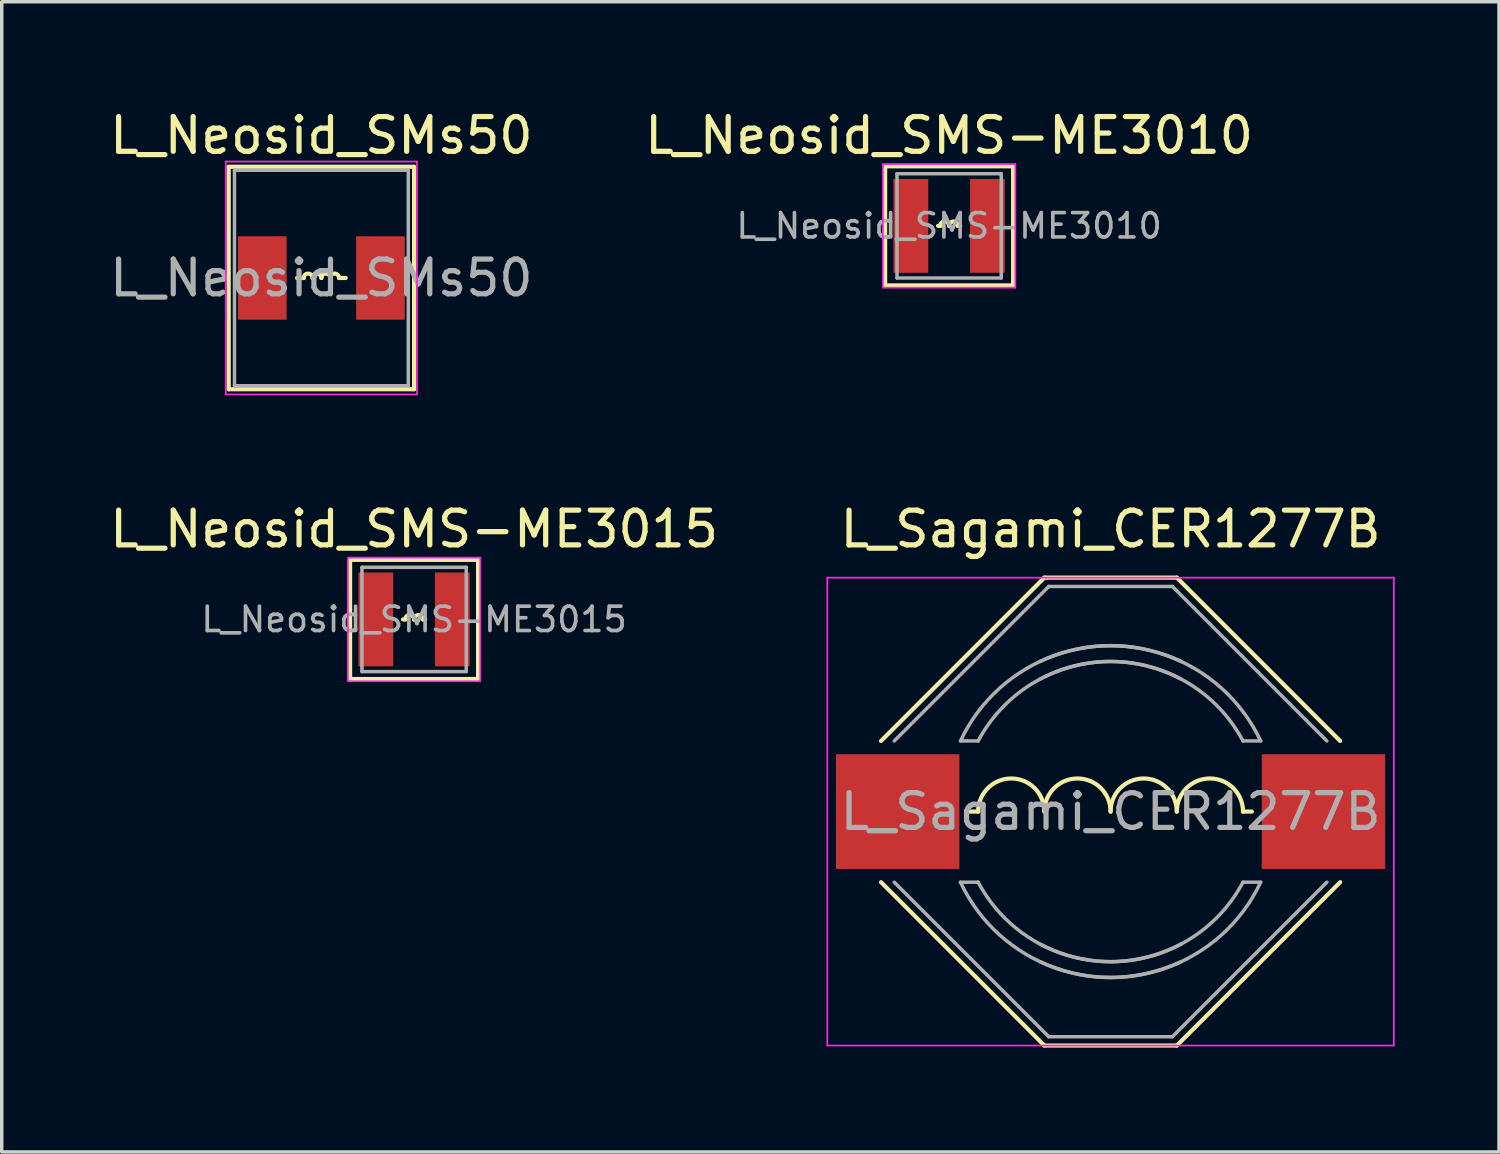
<source format=kicad_pcb>
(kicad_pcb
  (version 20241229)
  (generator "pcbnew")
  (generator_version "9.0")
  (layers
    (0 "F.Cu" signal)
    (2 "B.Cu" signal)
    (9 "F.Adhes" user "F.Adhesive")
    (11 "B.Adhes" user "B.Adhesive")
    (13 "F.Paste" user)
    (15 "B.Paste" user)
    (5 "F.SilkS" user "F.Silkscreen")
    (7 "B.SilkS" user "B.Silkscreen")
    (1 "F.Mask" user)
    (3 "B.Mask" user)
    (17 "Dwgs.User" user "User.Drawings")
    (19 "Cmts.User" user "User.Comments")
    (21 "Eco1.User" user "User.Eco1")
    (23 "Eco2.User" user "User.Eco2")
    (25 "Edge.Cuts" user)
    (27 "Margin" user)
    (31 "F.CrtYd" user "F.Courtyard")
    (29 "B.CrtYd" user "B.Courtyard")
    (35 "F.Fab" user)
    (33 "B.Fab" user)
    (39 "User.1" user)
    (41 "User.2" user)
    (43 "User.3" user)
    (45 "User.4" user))
  (footprint "L_Neosid_SMS-ME3015"
    (layer "F.Cu")
    (at 8.863 14.771)
    (property "Reference" "L_Neosid_SMS-ME3015" (at 0 -2.6 0) (layer "F.SilkS") (effects (font (size 1 1) (thickness 0.15))))
    (attr smd)
    (fp_line (start -1.841 -1.714) (end -1.841 1.714) (stroke (width 0.12) (type solid)) (layer "F.SilkS"))
    (fp_line (start -1.841 1.714) (end 1.841 1.714) (stroke (width 0.12) (type solid)) (layer "F.SilkS"))
    (fp_line (start -0.318 0) (end -0.254 0) (stroke (width 0.12) (type solid)) (layer "F.SilkS"))
    (fp_line (start 0.254 0) (end 0.318 0) (stroke (width 0.12) (type solid)) (layer "F.SilkS"))
    (fp_line (start 1.841 -1.714) (end -1.841 -1.714) (stroke (width 0.12) (type solid)) (layer "F.SilkS"))
    (fp_line (start 1.841 1.714) (end 1.841 -1.714) (stroke (width 0.12) (type solid)) (layer "F.SilkS"))
    (fp_arc (start -0.254 0) (mid -0.127 -0.127) (end 0 0) (stroke (width 0.12) (type solid)) (layer "F.SilkS"))
    (fp_arc (start 0 0) (mid 0.127 -0.127) (end 0.254 0) (stroke (width 0.12) (type solid)) (layer "F.SilkS"))
    (fp_line (start -1.905 -1.778) (end 1.905 -1.778) (stroke (width 0.05) (type solid)) (layer "F.CrtYd"))
    (fp_line (start -1.905 -1.722) (end -1.905 1.778) (stroke (width 0.05) (type solid)) (layer "F.CrtYd"))
    (fp_line (start 1.905 1.778) (end -1.905 1.778) (stroke (width 0.05) (type solid)) (layer "F.CrtYd"))
    (fp_line (start 1.905 1.778) (end 1.905 -1.778) (stroke (width 0.05) (type solid)) (layer "F.CrtYd"))
    (fp_line (start -1.5 -1.5) (end -1.5 1.5) (stroke (width 0.1) (type solid)) (layer "F.Fab"))
    (fp_line (start -1.5 1.5) (end 1.5 1.5) (stroke (width 0.1) (type solid)) (layer "F.Fab"))
    (fp_line (start 1.5 -1.5) (end -1.5 -1.5) (stroke (width 0.1) (type solid)) (layer "F.Fab"))
    (fp_line (start 1.5 1.5) (end 1.5 -1.5) (stroke (width 0.1) (type solid)) (layer "F.Fab"))
    (fp_text user "${REFERENCE}" (at 0 0 0) (layer "F.Fab") (effects (font (size 0.7 0.7) (thickness 0.105))))
    (pad "1" smd rect (at -1.1 0) (size 1 2.7) (layers "F.Cu" "F.Mask" "F.Paste"))
    (pad "2" smd rect (at 1.1 0) (size 1 2.7) (layers "F.Cu" "F.Mask" "F.Paste")))
  (footprint "L_Sagami_CER1277B"
    (layer "F.Cu")
    (at 28.901 20.299)
    (property "Reference" "L_Sagami_CER1277B" (at 0 -8.128 0) (layer "F.SilkS") (effects (font (size 1 1) (thickness 0.15))))
    (attr smd)
    (fp_line (start -6.604 -2.032) (end -1.905 -6.731) (stroke (width 0.12) (type solid)) (layer "F.SilkS"))
    (fp_line (start -6.604 2.032) (end -1.905 6.731) (stroke (width 0.12) (type solid)) (layer "F.SilkS"))
    (fp_line (start -3.81 0) (end -4.064 0) (stroke (width 0.12) (type solid)) (layer "F.SilkS"))
    (fp_line (start -1.905 -6.731) (end 1.905 -6.731) (stroke (width 0.12) (type solid)) (layer "F.SilkS"))
    (fp_line (start -1.905 6.731) (end 1.905 6.731) (stroke (width 0.12) (type solid)) (layer "F.SilkS"))
    (fp_line (start 1.905 -6.731) (end 6.604 -2.032) (stroke (width 0.12) (type solid)) (layer "F.SilkS"))
    (fp_line (start 1.905 6.731) (end 6.604 2.032) (stroke (width 0.12) (type solid)) (layer "F.SilkS"))
    (fp_line (start 4.064 0) (end 3.81 0) (stroke (width 0.12) (type solid)) (layer "F.SilkS"))
    (fp_arc (start -3.81 0) (mid -2.8575 -0.9525) (end -1.905 0) (stroke (width 0.12) (type solid)) (layer "F.SilkS"))
    (fp_arc (start -1.905 0) (mid -0.9525 -0.9525) (end 0 0) (stroke (width 0.12) (type solid)) (layer "F.SilkS"))
    (fp_arc (start 0 0) (mid 0.9525 -0.9525) (end 1.905 0) (stroke (width 0.12) (type solid)) (layer "F.SilkS"))
    (fp_arc (start 1.905 0) (mid 2.8575 -0.9525) (end 3.81 0) (stroke (width 0.12) (type solid)) (layer "F.SilkS"))
    (fp_line (start -8.15 -6.73) (end -8.15 6.73) (stroke (width 0.05) (type solid)) (layer "F.CrtYd"))
    (fp_line (start -8.15 -6.73) (end 8.15 -6.73) (stroke (width 0.05) (type solid)) (layer "F.CrtYd"))
    (fp_line (start -8.15 6.73) (end 8.15 6.73) (stroke (width 0.05) (type solid)) (layer "F.CrtYd"))
    (fp_line (start 8.15 -6.73) (end 8.15 6.73) (stroke (width 0.05) (type solid)) (layer "F.CrtYd"))
    (fp_line (start -6.223 -2.032) (end -1.778 -6.477) (stroke (width 0.1) (type solid)) (layer "F.Fab"))
    (fp_line (start -6.223 2.032) (end -1.778 6.477) (stroke (width 0.1) (type solid)) (layer "F.Fab"))
    (fp_line (start -3.81 -2.032) (end -4.318 -2.032) (stroke (width 0.1) (type solid)) (layer "F.Fab"))
    (fp_line (start -3.81 2.032) (end -4.318 2.032) (stroke (width 0.1) (type solid)) (layer "F.Fab"))
    (fp_line (start -1.778 6.477) (end 1.778 6.477) (stroke (width 0.1) (type solid)) (layer "F.Fab"))
    (fp_line (start 1.778 -6.477) (end -1.778 -6.477) (stroke (width 0.1) (type solid)) (layer "F.Fab"))
    (fp_line (start 1.778 6.477) (end 6.223 2.032) (stroke (width 0.1) (type solid)) (layer "F.Fab"))
    (fp_line (start 3.81 -2.032) (end 4.318 -2.032) (stroke (width 0.1) (type solid)) (layer "F.Fab"))
    (fp_line (start 3.81 2.032) (end 4.318 2.032) (stroke (width 0.1) (type solid)) (layer "F.Fab"))
    (fp_line (start 6.223 -2.032) (end 1.778 -6.477) (stroke (width 0.1) (type solid)) (layer "F.Fab"))
    (fp_arc (start -4.318 -2.032) (mid -1.616446 -4.490128) (end 2.032 -4.318) (stroke (width 0.1) (type solid)) (layer "F.Fab"))
    (fp_arc (start -3.81 -2.032) (mid -1.257236 -4.130918) (end 2.032 -3.81) (stroke (width 0.1) (type solid)) (layer "F.Fab"))
    (fp_arc (start -2.032 -4.318) (mid 1.616446 -4.490128) (end 4.318 -2.032) (stroke (width 0.1) (type solid)) (layer "F.Fab"))
    (fp_arc (start -2.032 -3.81) (mid 1.257236 -4.130918) (end 3.81 -2.032) (stroke (width 0.1) (type solid)) (layer "F.Fab"))
    (fp_arc (start 2.032 3.81) (mid -1.257236 4.130918) (end -3.81 2.032) (stroke (width 0.1) (type solid)) (layer "F.Fab"))
    (fp_arc (start 2.032 4.318) (mid -1.616446 4.490128) (end -4.318 2.032) (stroke (width 0.1) (type solid)) (layer "F.Fab"))
    (fp_arc (start 3.81 2.032) (mid 1.257236 4.130918) (end -2.032 3.81) (stroke (width 0.1) (type solid)) (layer "F.Fab"))
    (fp_arc (start 4.318 2.032) (mid 1.616446 4.490128) (end -2.032 4.318) (stroke (width 0.1) (type solid)) (layer "F.Fab"))
    (fp_text user "${REFERENCE}" (at 0 0 0) (layer "F.Fab") (effects (font (size 1 1) (thickness 0.15))))
    (pad "1" smd rect (at -6.125 0) (size 3.55 3.3) (layers "F.Cu" "F.Mask" "F.Paste"))
    (pad "2" smd rect (at 6.125 0) (size 3.55 3.3) (layers "F.Cu" "F.Mask" "F.Paste")))
  (footprint "L_Neosid_SMS-ME3010"
    (layer "F.Cu")
    (at 24.256 3.448)
    (property "Reference" "L_Neosid_SMS-ME3010" (at 0 -2.6 0) (layer "F.SilkS") (effects (font (size 1 1) (thickness 0.15))))
    (attr smd)
    (fp_line (start -1.841 -1.714) (end -1.841 1.714) (stroke (width 0.12) (type solid)) (layer "F.SilkS"))
    (fp_line (start -1.841 1.714) (end 1.841 1.714) (stroke (width 0.12) (type solid)) (layer "F.SilkS"))
    (fp_line (start -0.254 0) (end -0.318 0) (stroke (width 0.12) (type solid)) (layer "F.SilkS"))
    (fp_line (start 0.254 0) (end 0.318 0) (stroke (width 0.12) (type solid)) (layer "F.SilkS"))
    (fp_line (start 1.841 -1.714) (end -1.841 -1.714) (stroke (width 0.12) (type solid)) (layer "F.SilkS"))
    (fp_line (start 1.841 1.714) (end 1.841 -1.714) (stroke (width 0.12) (type solid)) (layer "F.SilkS"))
    (fp_arc (start -0.254 0) (mid -0.127 -0.127) (end 0 0) (stroke (width 0.12) (type solid)) (layer "F.SilkS"))
    (fp_arc (start 0 0) (mid 0.127 -0.127) (end 0.254 0) (stroke (width 0.12) (type solid)) (layer "F.SilkS"))
    (fp_line (start -1.905 -1.778) (end -1.905 1.778) (stroke (width 0.05) (type solid)) (layer "F.CrtYd"))
    (fp_line (start -1.905 -1.778) (end 1.905 -1.778) (stroke (width 0.05) (type solid)) (layer "F.CrtYd"))
    (fp_line (start 1.905 1.778) (end -1.905 1.778) (stroke (width 0.05) (type solid)) (layer "F.CrtYd"))
    (fp_line (start 1.905 1.778) (end 1.905 -1.778) (stroke (width 0.05) (type solid)) (layer "F.CrtYd"))
    (fp_line (start -1.5 -1.5) (end -1.5 1.5) (stroke (width 0.1) (type solid)) (layer "F.Fab"))
    (fp_line (start -1.5 1.5) (end 1.5 1.5) (stroke (width 0.1) (type solid)) (layer "F.Fab"))
    (fp_line (start 1.5 -1.5) (end -1.5 -1.5) (stroke (width 0.1) (type solid)) (layer "F.Fab"))
    (fp_line (start 1.5 1.5) (end 1.5 -1.5) (stroke (width 0.1) (type solid)) (layer "F.Fab"))
    (fp_text user "${REFERENCE}" (at 0 0 0) (layer "F.Fab") (effects (font (size 0.7 0.7) (thickness 0.105))))
    (pad "1" smd rect (at -1.1 0) (size 1 2.7) (layers "F.Cu" "F.Mask" "F.Paste"))
    (pad "2" smd rect (at 1.1 0) (size 1 2.7) (layers "F.Cu" "F.Mask" "F.Paste")))
  (footprint "L_Neosid_SMs50"
    (layer "F.Cu")
    (at 6.196 4.948)
    (property "Reference" "L_Neosid_SMs50" (at 0 -4.1 0) (layer "F.SilkS") (effects (font (size 1 1) (thickness 0.15))))
    (attr smd)
    (fp_line (start -2.667 -3.2) (end -2.667 3.2) (stroke (width 0.12) (type solid)) (layer "F.SilkS"))
    (fp_line (start -2.667 -3.2) (end 2.667 -3.2) (stroke (width 0.12) (type solid)) (layer "F.SilkS"))
    (fp_line (start -0.508 0) (end -0.699 0) (stroke (width 0.12) (type solid)) (layer "F.SilkS"))
    (fp_line (start 0.508 0) (end 0.699 0) (stroke (width 0.12) (type solid)) (layer "F.SilkS"))
    (fp_line (start 2.667 3.2) (end -2.667 3.2) (stroke (width 0.12) (type solid)) (layer "F.SilkS"))
    (fp_line (start 2.667 3.2) (end 2.667 -3.2) (stroke (width 0.12) (type solid)) (layer "F.SilkS"))
    (fp_arc (start -0.508 0) (mid -0.381 -0.127) (end -0.254 0) (stroke (width 0.12) (type solid)) (layer "F.SilkS"))
    (fp_arc (start -0.254 0) (mid -0.127 -0.127) (end 0 0) (stroke (width 0.12) (type solid)) (layer "F.SilkS"))
    (fp_arc (start 0 0) (mid 0.127 -0.127) (end 0.254 0) (stroke (width 0.12) (type solid)) (layer "F.SilkS"))
    (fp_arc (start 0.254 0) (mid 0.381 -0.127) (end 0.508 0) (stroke (width 0.12) (type solid)) (layer "F.SilkS"))
    (fp_line (start -2.75 -3.35) (end -2.75 3.35) (stroke (width 0.05) (type solid)) (layer "F.CrtYd"))
    (fp_line (start -2.75 -3.35) (end 2.75 -3.35) (stroke (width 0.05) (type solid)) (layer "F.CrtYd"))
    (fp_line (start 2.75 3.35) (end -2.75 3.35) (stroke (width 0.05) (type solid)) (layer "F.CrtYd"))
    (fp_line (start 2.75 3.35) (end 2.75 -3.35) (stroke (width 0.05) (type solid)) (layer "F.CrtYd"))
    (fp_line (start -2.5 -3.1) (end 2.5 -3.1) (stroke (width 0.1) (type solid)) (layer "F.Fab"))
    (fp_line (start -2.5 3.1) (end -2.5 -3.1) (stroke (width 0.1) (type solid)) (layer "F.Fab"))
    (fp_line (start 2.5 -3.1) (end 2.5 3.1) (stroke (width 0.1) (type solid)) (layer "F.Fab"))
    (fp_line (start 2.5 3.1) (end -2.5 3.1) (stroke (width 0.1) (type solid)) (layer "F.Fab"))
    (fp_text user "${REFERENCE}" (at 0 0 0) (layer "F.Fab") (effects (font (size 1 1) (thickness 0.15))))
    (pad "1" smd rect (at -1.7 0) (size 1.4 2.4) (layers "F.Cu" "F.Mask" "F.Paste"))
    (pad "2" smd rect (at 1.7 0) (size 1.4 2.4) (layers "F.Cu" "F.Mask" "F.Paste")))
  (gr_rect
    (start -3 -3)
    (end 40.076 30.09)
    (stroke (width 0.1) (type default))
    (fill no)
    (layer "Edge.Cuts")))
</source>
